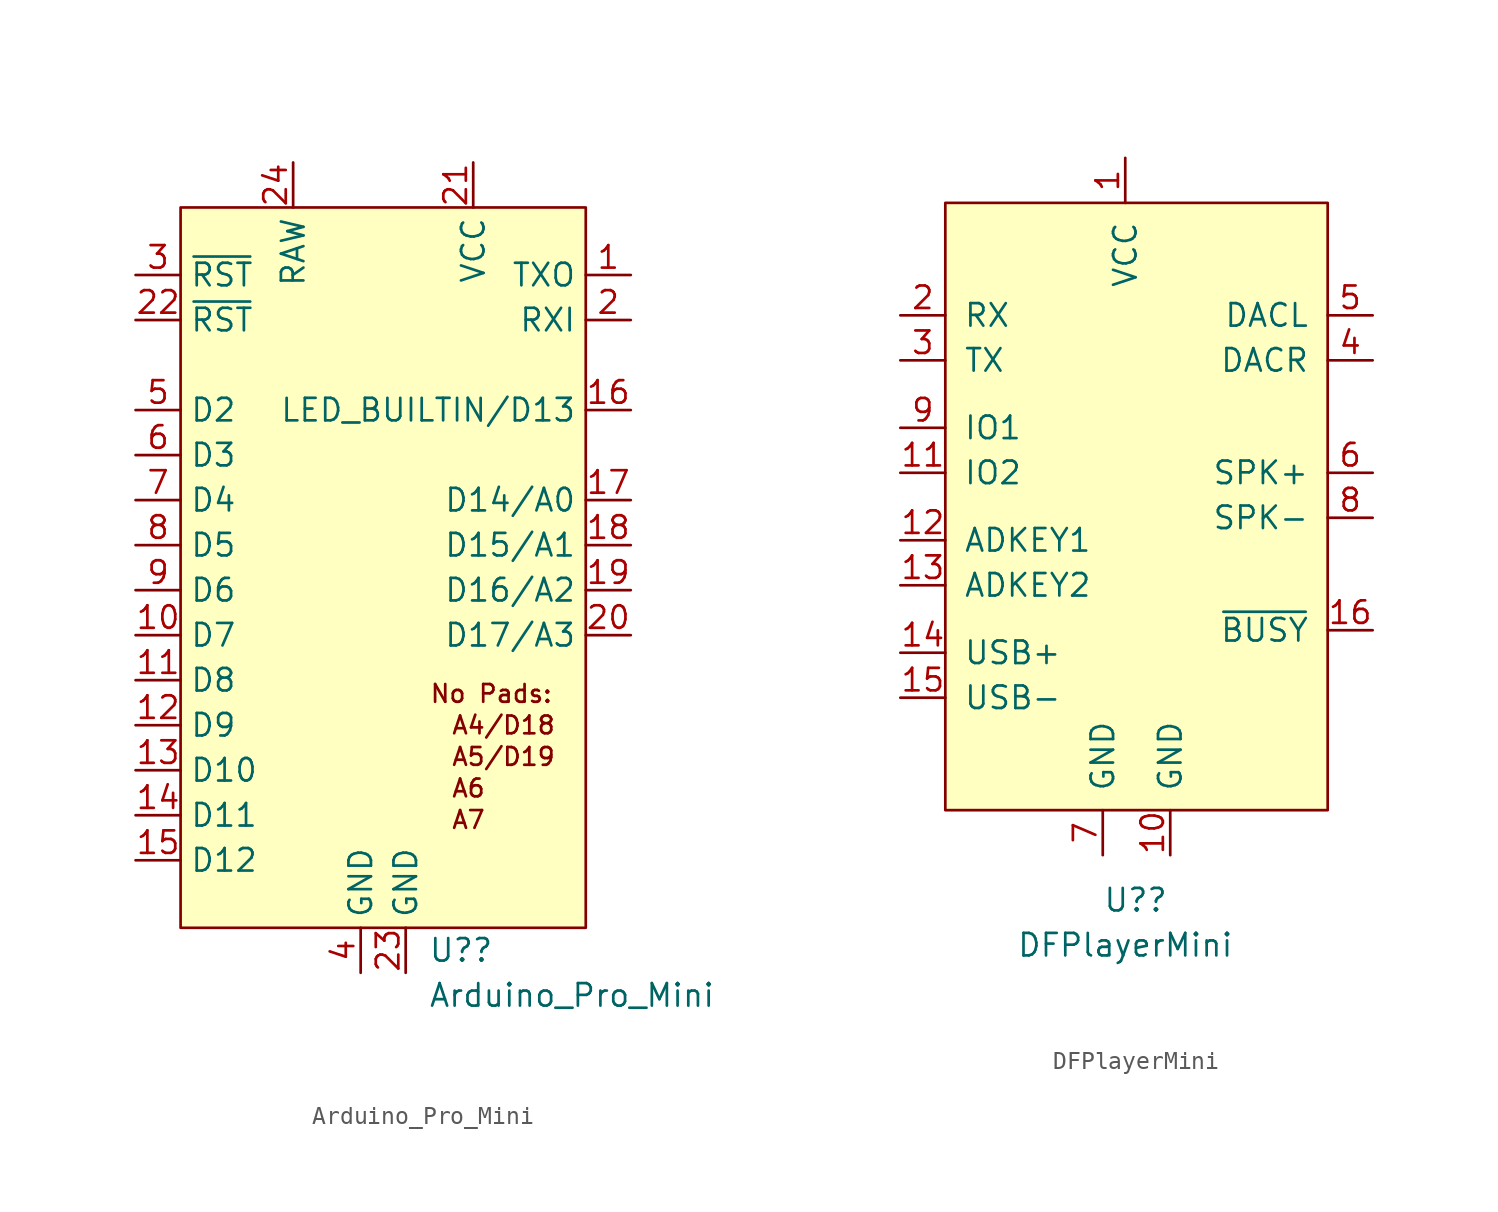
<source format=kicad_sym>
(kicad_symbol_lib
  (version 20211014)
  (generator kicad_symbol_editor)
  (symbol "Arduino_Pro_Mini"
    (property "Reference" "U?"
      (at 2.54 -21.59 0)
      (effects (font (size 1.27 1.27)) (justify left)))
    (property "Value" "Arduino_Pro_Mini"
      (at 2.54 -24.13 0)
      (effects (font (size 1.27 1.27)) (justify left)))
    (symbol "Arduino_Pro_Mini_0_0"
      (text "A4/D18" (at 3.81 -8.89 0) (effects (font (size 1 1)) (justify left)))
      (text "A5/D19" (at 3.81 -10.668 0) (effects (font (size 1 1)) (justify left)))
      (text "A6" (at 3.81 -12.446 0) (effects (font (size 1 1)) (justify left)))
      (text "A7" (at 3.81 -14.224 0) (effects (font (size 1 1)) (justify left)))
      (text "No Pads:" (at 6.096 -7.112 0) (effects (font (size 1 1))))
      (pin bidirectional line (at -13.97 -3.81 0) (length 2.54) (name "D7" (effects (font (size 1.27 1.27)))) (number "10" (effects (font (size 1.27 1.27)))))
      (pin bidirectional line (at -13.97 -6.35 0) (length 2.54) (name "D8" (effects (font (size 1.27 1.27)))) (number "11" (effects (font (size 1.27 1.27)))))
      (pin bidirectional line (at -13.97 -8.89 0) (length 2.54) (name "D9" (effects (font (size 1.27 1.27)))) (number "12" (effects (font (size 1.27 1.27)))))
      (pin bidirectional line (at -13.97 -11.43 0) (length 2.54) (name "D10" (effects (font (size 1.27 1.27)))) (number "13" (effects (font (size 1.27 1.27)))))
      (pin bidirectional line (at -13.97 -13.97 0) (length 2.54) (name "D11" (effects (font (size 1.27 1.27)))) (number "14" (effects (font (size 1.27 1.27)))))
      (pin bidirectional line (at -13.97 -16.51 0) (length 2.54) (name "D12" (effects (font (size 1.27 1.27)))) (number "15" (effects (font (size 1.27 1.27)))))
      (pin bidirectional line (at 13.97 8.89 180) (length 2.54) (name "LED_BUILTIN/D13" (effects (font (size 1.27 1.27)))) (number "16" (effects (font (size 1.27 1.27)))))
      (pin bidirectional line (at 13.97 3.81 180) (length 2.54) (name "D14/A0" (effects (font (size 1.27 1.27)))) (number "17" (effects (font (size 1.27 1.27)))))
      (pin bidirectional line (at 13.97 1.27 180) (length 2.54) (name "D15/A1" (effects (font (size 1.27 1.27)))) (number "18" (effects (font (size 1.27 1.27)))))
      (pin bidirectional line (at 13.97 -1.27 180) (length 2.54) (name "D16/A2" (effects (font (size 1.27 1.27)))) (number "19" (effects (font (size 1.27 1.27)))))
      (pin bidirectional line (at 13.97 -3.81 180) (length 2.54) (name "D17/A3" (effects (font (size 1.27 1.27)))) (number "20" (effects (font (size 1.27 1.27)))))
      (pin power_out line (at 5.08 22.86 270) (length 2.54) (name "VCC" (effects (font (size 1.27 1.27)))) (number "21" (effects (font (size 1.27 1.27)))))
      (pin unspecified line (at -13.97 13.97 0) (length 2.54) (name "~{RST}" (effects (font (size 1.27 1.27)))) (number "22" (effects (font (size 1.27 1.27)))))
      (pin power_out line (at 1.27 -22.86 90) (length 2.54) (name "GND" (effects (font (size 1.27 1.27)))) (number "23" (effects (font (size 1.27 1.27)))))
      (pin power_in line (at -5.08 22.86 270) (length 2.54) (name "RAW" (effects (font (size 1.27 1.27)))) (number "24" (effects (font (size 1.27 1.27)))))
      (pin bidirectional line (at -13.97 6.35 0) (length 2.54) (name "D3" (effects (font (size 1.27 1.27)))) (number "6" (effects (font (size 1.27 1.27)))))
      (pin bidirectional line (at -13.97 3.81 0) (length 2.54) (name "D4" (effects (font (size 1.27 1.27)))) (number "7" (effects (font (size 1.27 1.27)))))
      (pin bidirectional line (at -13.97 1.27 0) (length 2.54) (name "D5" (effects (font (size 1.27 1.27)))) (number "8" (effects (font (size 1.27 1.27)))))
      (pin bidirectional line (at -13.97 -1.27 0) (length 2.54) (name "D6" (effects (font (size 1.27 1.27)))) (number "9" (effects (font (size 1.27 1.27))))))
    (symbol "Arduino_Pro_Mini_0_1"
      (rectangle (start -11.43 20.32) (end 11.43 -20.32) (stroke (width 0.152) (type default) (color 0 0 0 0)) (fill (type background))))
    (symbol "Arduino_Pro_Mini_1_1"
      (pin output line (at 13.97 16.51 180) (length 2.54) (name "TXO" (effects (font (size 1.27 1.27)))) (number "1" (effects (font (size 1.27 1.27)))))
      (pin input line (at 13.97 13.97 180) (length 2.54) (name "RXI" (effects (font (size 1.27 1.27)))) (number "2" (effects (font (size 1.27 1.27)))))
      (pin unspecified line (at -13.97 16.51 0) (length 2.54) (name "~{RST}" (effects (font (size 1.27 1.27)))) (number "3" (effects (font (size 1.27 1.27)))))
      (pin power_in line (at -1.27 -22.86 90) (length 2.54) (name "GND" (effects (font (size 1.27 1.27)))) (number "4" (effects (font (size 1.27 1.27)))))
      (pin bidirectional line (at -13.97 8.89 0) (length 2.54) (name "D2" (effects (font (size 1.27 1.27)))) (number "5" (effects (font (size 1.27 1.27)))))))
  (symbol "DFPlayerMini"
    (pin_names
      (offset 1.016))
    (property "Reference" "U?"
      (at -1.27 -24.13 0)
      (effects (font (size 1.27 1.27)) (justify left)))
    (property "Value" "DFPlayerMini"
      (at 0 -26.67 0)
      (effects (font (size 1.27 1.27))))
    (symbol "DFPlayerMini_0_0"
      (pin power_in line (at 0 17.78 270) (length 2.54) (name "VCC" (effects (font (size 1.27 1.27)))) (number "1" (effects (font (size 1.27 1.27)))))
      (pin power_in line (at 2.54 -21.59 90) (length 2.54) (name "GND" (effects (font (size 1.27 1.27)))) (number "10" (effects (font (size 1.27 1.27)))))
      (pin bidirectional line (at -12.7 0 0) (length 2.54) (name "IO2" (effects (font (size 1.27 1.27)))) (number "11" (effects (font (size 1.27 1.27)))))
      (pin bidirectional line (at -12.7 -3.81 0) (length 2.54) (name "ADKEY1" (effects (font (size 1.27 1.27)))) (number "12" (effects (font (size 1.27 1.27)))))
      (pin bidirectional line (at -12.7 -6.35 0) (length 2.54) (name "ADKEY2" (effects (font (size 1.27 1.27)))) (number "13" (effects (font (size 1.27 1.27)))))
      (pin bidirectional line (at -12.7 -10.16 0) (length 2.54) (name "USB+" (effects (font (size 1.27 1.27)))) (number "14" (effects (font (size 1.27 1.27)))))
      (pin bidirectional line (at -12.7 -12.7 0) (length 2.54) (name "USB-" (effects (font (size 1.27 1.27)))) (number "15" (effects (font (size 1.27 1.27)))))
      (pin output line (at 13.97 -8.89 180) (length 2.54) (name "~{BUSY}" (effects (font (size 1.27 1.27)))) (number "16" (effects (font (size 1.27 1.27)))))
      (pin input line (at -12.7 8.89 0) (length 2.54) (name "RX" (effects (font (size 1.27 1.27)))) (number "2" (effects (font (size 1.27 1.27)))))
      (pin output line (at -12.7 6.35 0) (length 2.54) (name "TX" (effects (font (size 1.27 1.27)))) (number "3" (effects (font (size 1.27 1.27)))))
      (pin output line (at 13.97 6.35 180) (length 2.54) (name "DACR" (effects (font (size 1.27 1.27)))) (number "4" (effects (font (size 1.27 1.27)))))
      (pin output line (at 13.97 8.89 180) (length 2.54) (name "DACL" (effects (font (size 1.27 1.27)))) (number "5" (effects (font (size 1.27 1.27)))))
      (pin output line (at 13.97 0 180) (length 2.54) (name "SPK+" (effects (font (size 1.27 1.27)))) (number "6" (effects (font (size 1.27 1.27)))))
      (pin power_in line (at -1.27 -21.59 90) (length 2.54) (name "GND" (effects (font (size 1.27 1.27)))) (number "7" (effects (font (size 1.27 1.27)))))
      (pin output line (at 13.97 -2.54 180) (length 2.54) (name "SPK-" (effects (font (size 1.27 1.27)))) (number "8" (effects (font (size 1.27 1.27)))))
      (pin bidirectional line (at -12.7 2.54 0) (length 2.54) (name "IO1" (effects (font (size 1.27 1.27)))) (number "9" (effects (font (size 1.27 1.27))))))
    (symbol "DFPlayerMini_0_1"
      (rectangle (start -10.16 15.24) (end 11.43 -19.05) (stroke (width 0) (type default) (color 0 0 0 0)) (fill (type background))))))
</source>
